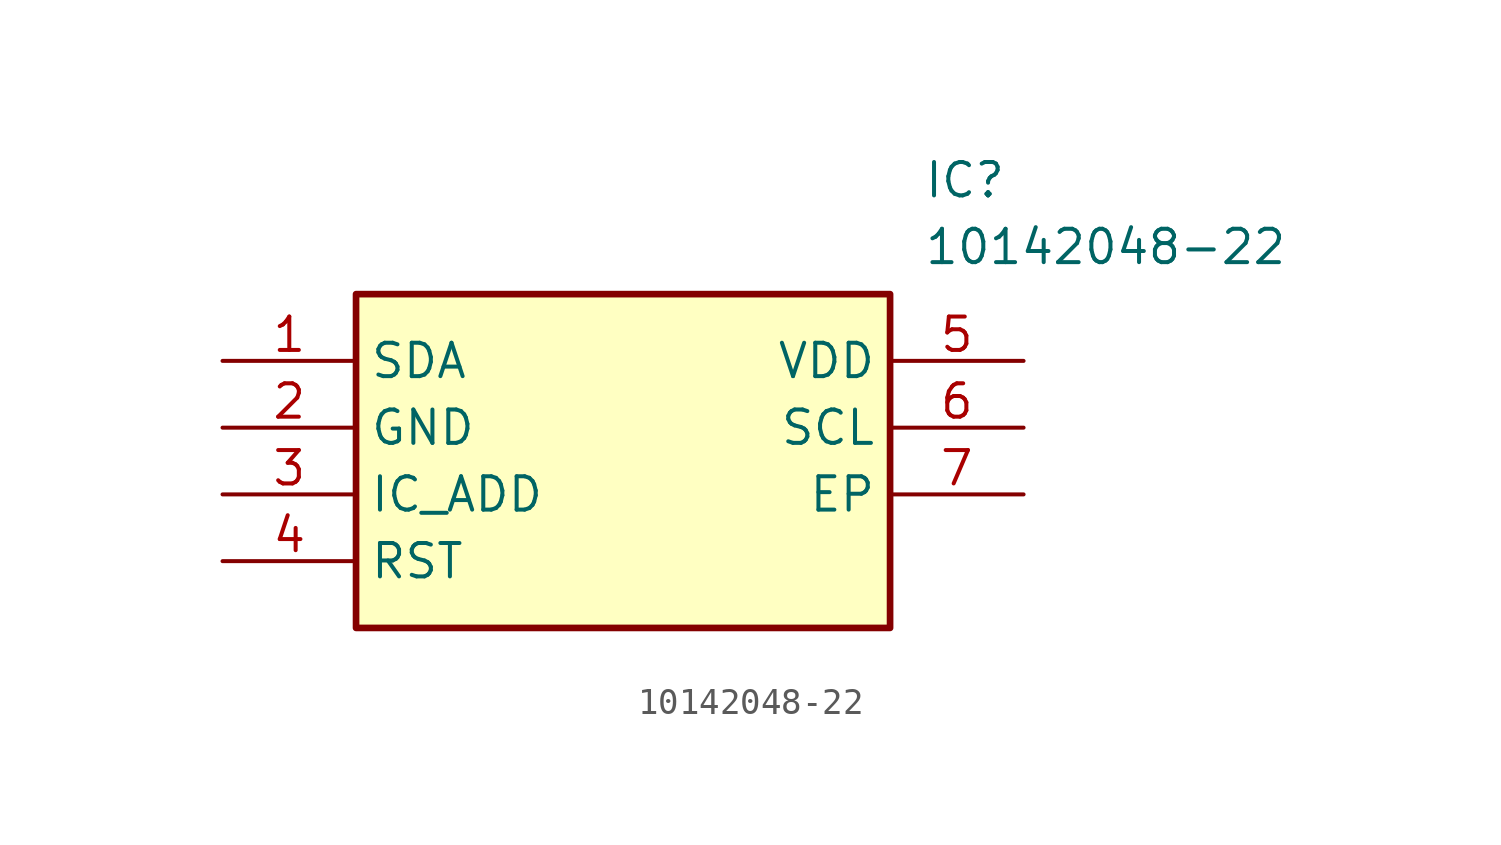
<source format=kicad_sym>
(kicad_symbol_lib
  (version 20211014)
  (generator SamacSys_ECAD_Model)
  (symbol "10142048-22"
    (property "Reference" "IC"
      (at 26.67 7.62 0)
      (effects (font (size 1.27 1.27)) (justify left top)))
    (property "Value" "10142048-22"
      (at 26.67 5.08 0)
      (effects (font (size 1.27 1.27)) (justify left top)))
    (rectangle
      (start 5.08 2.54)
      (end 25.4 -10.16)
      (stroke (width 0.254) (type default))
      (fill (type background)))
    (pin passive line
      (at 0 0 0)
      (length 5.08)
      (name "SDA" (effects (font (size 1.27 1.27))))
      (number "1" (effects (font (size 1.27 1.27)))))
    (pin passive line
      (at 0 -2.54 0)
      (length 5.08)
      (name "GND" (effects (font (size 1.27 1.27))))
      (number "2" (effects (font (size 1.27 1.27)))))
    (pin passive line
      (at 0 -5.08 0)
      (length 5.08)
      (name "IC_ADD" (effects (font (size 1.27 1.27))))
      (number "3" (effects (font (size 1.27 1.27)))))
    (pin passive line
      (at 0 -7.62 0)
      (length 5.08)
      (name "RST" (effects (font (size 1.27 1.27))))
      (number "4" (effects (font (size 1.27 1.27)))))
    (pin passive line
      (at 30.48 0 180)
      (length 5.08)
      (name "VDD" (effects (font (size 1.27 1.27))))
      (number "5" (effects (font (size 1.27 1.27)))))
    (pin passive line
      (at 30.48 -2.54 180)
      (length 5.08)
      (name "SCL" (effects (font (size 1.27 1.27))))
      (number "6" (effects (font (size 1.27 1.27)))))
    (pin passive line
      (at 30.48 -5.08 180)
      (length 5.08)
      (name "EP" (effects (font (size 1.27 1.27))))
      (number "7" (effects (font (size 1.27 1.27)))))))
</source>
